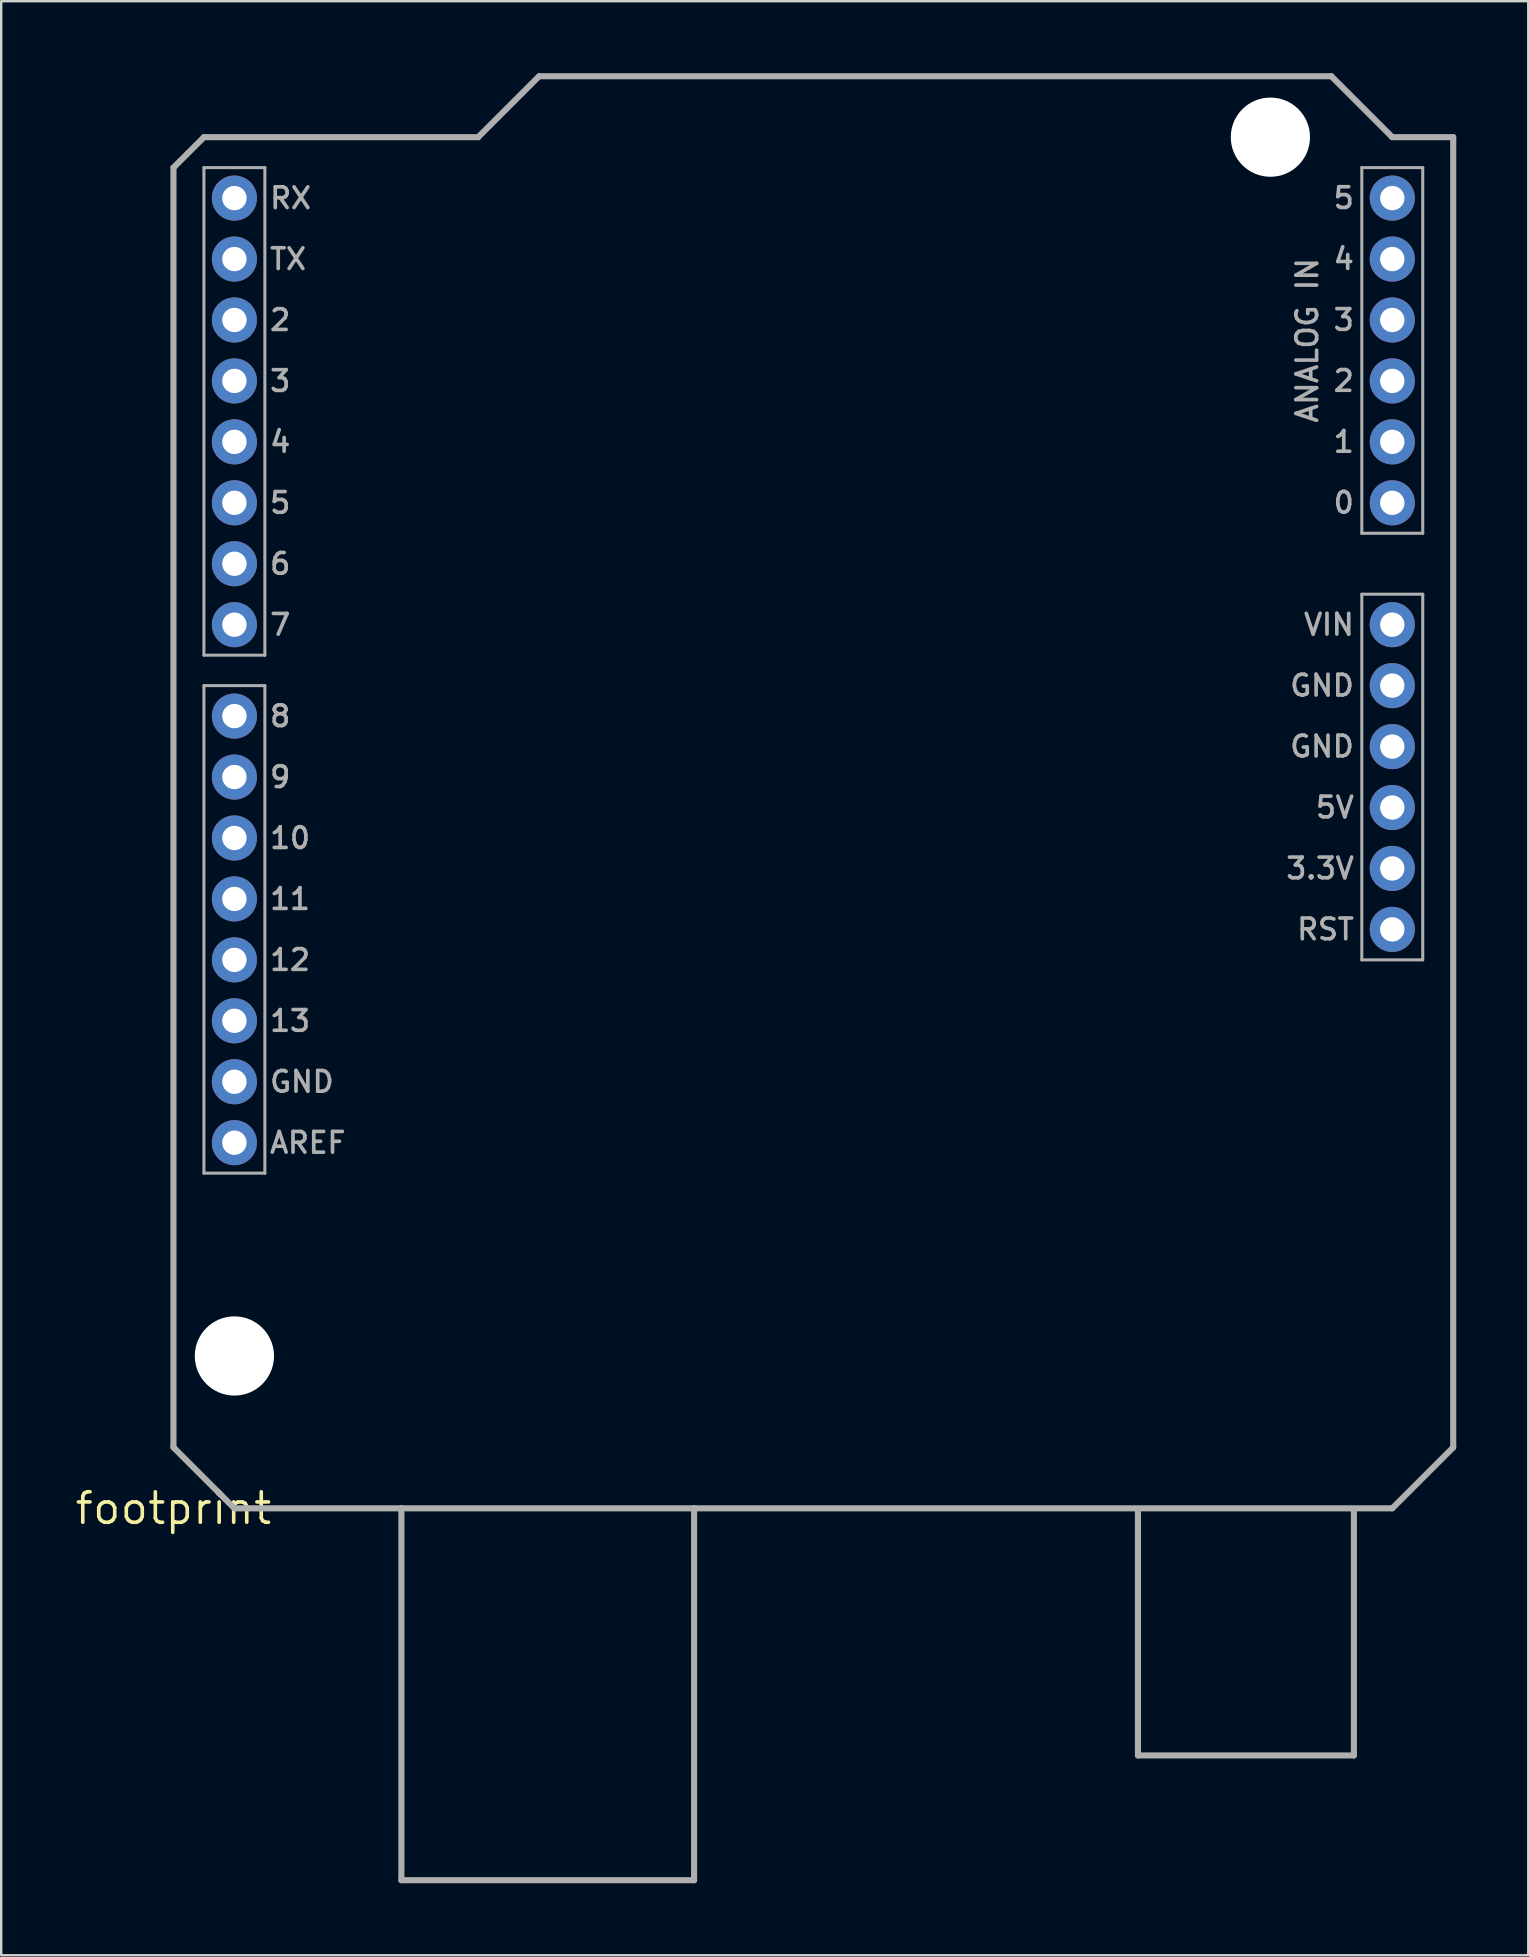
<source format=kicad_pcb>
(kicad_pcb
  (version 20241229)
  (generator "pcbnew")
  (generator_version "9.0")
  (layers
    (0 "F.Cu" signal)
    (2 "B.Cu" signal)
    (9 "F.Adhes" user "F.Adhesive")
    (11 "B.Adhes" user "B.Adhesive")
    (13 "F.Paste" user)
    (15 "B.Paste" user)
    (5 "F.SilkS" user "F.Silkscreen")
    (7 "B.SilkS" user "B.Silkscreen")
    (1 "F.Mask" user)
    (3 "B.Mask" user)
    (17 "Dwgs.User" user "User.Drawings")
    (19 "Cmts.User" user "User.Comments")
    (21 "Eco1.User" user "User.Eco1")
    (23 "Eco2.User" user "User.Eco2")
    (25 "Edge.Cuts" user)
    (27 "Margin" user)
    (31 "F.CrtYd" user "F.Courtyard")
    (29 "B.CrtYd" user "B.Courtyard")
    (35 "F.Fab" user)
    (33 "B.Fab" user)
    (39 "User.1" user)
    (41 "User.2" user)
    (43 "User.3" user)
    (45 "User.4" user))
  (footprint "footprint"
    (layer "F.Cu")
    (at 4.18 59.817)
    (property "Reference" "footprint" (at 0 0 0) (layer "F.SilkS") (effects (font (size 1.27 1.27) (thickness 0.15))))
    (fp_line (start 0 -55.88) (end 0 -2.54) (stroke (width 0.254) (type solid)) (layer "F.Fab"))
    (fp_line (start 0 -2.54) (end 2.54 0) (stroke (width 0.254) (type solid)) (layer "F.Fab"))
    (fp_line (start 1.27 -57.15) (end 0 -55.88) (stroke (width 0.254) (type solid)) (layer "F.Fab"))
    (fp_line (start 1.27 -55.88) (end 3.81 -55.88) (stroke (width 0.127) (type solid)) (layer "F.Fab"))
    (fp_line (start 1.27 -35.56) (end 1.27 -55.88) (stroke (width 0.127) (type solid)) (layer "F.Fab"))
    (fp_line (start 1.27 -34.29) (end 3.81 -34.29) (stroke (width 0.127) (type solid)) (layer "F.Fab"))
    (fp_line (start 1.27 -13.97) (end 1.27 -34.29) (stroke (width 0.127) (type solid)) (layer "F.Fab"))
    (fp_line (start 2.54 0) (end 9.5 0) (stroke (width 0.254) (type solid)) (layer "F.Fab"))
    (fp_line (start 3.81 -55.88) (end 3.81 -35.56) (stroke (width 0.127) (type solid)) (layer "F.Fab"))
    (fp_line (start 3.81 -35.56) (end 1.27 -35.56) (stroke (width 0.127) (type solid)) (layer "F.Fab"))
    (fp_line (start 3.81 -34.29) (end 3.81 -13.97) (stroke (width 0.127) (type solid)) (layer "F.Fab"))
    (fp_line (start 3.81 -13.97) (end 1.27 -13.97) (stroke (width 0.127) (type solid)) (layer "F.Fab"))
    (fp_line (start 9.5 0) (end 21.7 0) (stroke (width 0.254) (type solid)) (layer "F.Fab"))
    (fp_line (start 9.5 15.5) (end 9.5 0) (stroke (width 0.254) (type solid)) (layer "F.Fab"))
    (fp_line (start 9.5 15.5) (end 21.7 15.5) (stroke (width 0.254) (type solid)) (layer "F.Fab"))
    (fp_line (start 12.7 -57.15) (end 1.27 -57.15) (stroke (width 0.254) (type solid)) (layer "F.Fab"))
    (fp_line (start 15.24 -59.69) (end 12.7 -57.15) (stroke (width 0.254) (type solid)) (layer "F.Fab"))
    (fp_line (start 21.7 0) (end 50.8 0) (stroke (width 0.254) (type solid)) (layer "F.Fab"))
    (fp_line (start 21.7 15.5) (end 21.7 0) (stroke (width 0.254) (type solid)) (layer "F.Fab"))
    (fp_line (start 40.2 10.3) (end 40.2 0.1) (stroke (width 0.254) (type solid)) (layer "F.Fab"))
    (fp_line (start 40.2 10.3) (end 49.2 10.3) (stroke (width 0.254) (type solid)) (layer "F.Fab"))
    (fp_line (start 48.26 -59.69) (end 15.24 -59.69) (stroke (width 0.254) (type solid)) (layer "F.Fab"))
    (fp_line (start 49.2 10.3) (end 49.2 0.1) (stroke (width 0.254) (type solid)) (layer "F.Fab"))
    (fp_line (start 49.53 -55.88) (end 52.07 -55.88) (stroke (width 0.127) (type solid)) (layer "F.Fab"))
    (fp_line (start 49.53 -40.64) (end 49.53 -55.88) (stroke (width 0.127) (type solid)) (layer "F.Fab"))
    (fp_line (start 49.53 -38.1) (end 52.07 -38.1) (stroke (width 0.127) (type solid)) (layer "F.Fab"))
    (fp_line (start 49.53 -22.86) (end 49.53 -38.1) (stroke (width 0.127) (type solid)) (layer "F.Fab"))
    (fp_line (start 50.8 -57.15) (end 48.26 -59.69) (stroke (width 0.254) (type solid)) (layer "F.Fab"))
    (fp_line (start 50.8 0) (end 53.34 -2.54) (stroke (width 0.254) (type solid)) (layer "F.Fab"))
    (fp_line (start 52.07 -55.88) (end 52.07 -40.64) (stroke (width 0.127) (type solid)) (layer "F.Fab"))
    (fp_line (start 52.07 -40.64) (end 49.53 -40.64) (stroke (width 0.127) (type solid)) (layer "F.Fab"))
    (fp_line (start 52.07 -38.1) (end 52.07 -22.86) (stroke (width 0.127) (type solid)) (layer "F.Fab"))
    (fp_line (start 52.07 -22.86) (end 49.53 -22.86) (stroke (width 0.127) (type solid)) (layer "F.Fab"))
    (fp_line (start 53.34 -57.15) (end 50.8 -57.15) (stroke (width 0.254) (type solid)) (layer "F.Fab"))
    (fp_line (start 53.34 -2.54) (end 53.34 -57.15) (stroke (width 0.254) (type solid)) (layer "F.Fab"))
    (fp_text user "8" (at 3.937 -32.512 0) (layer "F.Fab") (effects (font (size 0.864 0.864) (thickness 0.152)) (justify left bottom)))
    (fp_text user "GND" (at 49.289 -32.258 0) (layer "F.Fab") (effects (font (size 0.864 0.864) (thickness 0.152)) (justify right top)))
    (fp_text user "5V" (at 49.289 -29.718 0) (layer "F.Fab") (effects (font (size 0.864 0.864) (thickness 0.152)) (justify right top)))
    (fp_text user "ANALOG IN" (at 46.749 -52.197 90) (layer "F.Fab") (effects (font (size 0.864 0.864) (thickness 0.152)) (justify right top)))
    (fp_text user "5" (at 3.937 -41.402 0) (layer "F.Fab") (effects (font (size 0.864 0.864) (thickness 0.152)) (justify left bottom)))
    (fp_text user "4" (at 49.289 -52.578 0) (layer "F.Fab") (effects (font (size 0.864 0.864) (thickness 0.152)) (justify right top)))
    (fp_text user "10" (at 3.937 -27.432 0) (layer "F.Fab") (effects (font (size 0.864 0.864) (thickness 0.152)) (justify left bottom)))
    (fp_text user "3" (at 49.289 -50.038 0) (layer "F.Fab") (effects (font (size 0.864 0.864) (thickness 0.152)) (justify right top)))
    (fp_text user "12" (at 3.937 -22.352 0) (layer "F.Fab") (effects (font (size 0.864 0.864) (thickness 0.152)) (justify left bottom)))
    (fp_text user "1" (at 49.289 -44.958 0) (layer "F.Fab") (effects (font (size 0.864 0.864) (thickness 0.152)) (justify right top)))
    (fp_text user "RX" (at 3.937 -54.102 0) (layer "F.Fab") (effects (font (size 0.864 0.864) (thickness 0.152)) (justify left bottom)))
    (fp_text user "0" (at 49.289 -42.418 0) (layer "F.Fab") (effects (font (size 0.864 0.864) (thickness 0.152)) (justify right top)))
    (fp_text user "2" (at 49.289 -47.498 0) (layer "F.Fab") (effects (font (size 0.864 0.864) (thickness 0.152)) (justify right top)))
    (fp_text user "3" (at 3.937 -46.482 0) (layer "F.Fab") (effects (font (size 0.864 0.864) (thickness 0.152)) (justify left bottom)))
    (fp_text user "RST" (at 49.289 -24.638 0) (layer "F.Fab") (effects (font (size 0.864 0.864) (thickness 0.152)) (justify right top)))
    (fp_text user "TX" (at 3.937 -51.562 0) (layer "F.Fab") (effects (font (size 0.864 0.864) (thickness 0.152)) (justify left bottom)))
    (fp_text user "AREF" (at 3.937 -14.732 0) (layer "F.Fab") (effects (font (size 0.864 0.864) (thickness 0.152)) (justify left bottom)))
    (fp_text user "2" (at 3.937 -49.022 0) (layer "F.Fab") (effects (font (size 0.864 0.864) (thickness 0.152)) (justify left bottom)))
    (fp_text user "GND" (at 3.937 -17.272 0) (layer "F.Fab") (effects (font (size 0.864 0.864) (thickness 0.152)) (justify left bottom)))
    (fp_text user "5" (at 49.289 -55.118 0) (layer "F.Fab") (effects (font (size 0.864 0.864) (thickness 0.152)) (justify right top)))
    (fp_text user "4" (at 3.937 -43.942 0) (layer "F.Fab") (effects (font (size 0.864 0.864) (thickness 0.152)) (justify left bottom)))
    (fp_text user "GND" (at 49.289 -34.798 0) (layer "F.Fab") (effects (font (size 0.864 0.864) (thickness 0.152)) (justify right top)))
    (fp_text user "13" (at 3.937 -19.812 0) (layer "F.Fab") (effects (font (size 0.864 0.864) (thickness 0.152)) (justify left bottom)))
    (fp_text user "3.3V" (at 49.289 -27.178 0) (layer "F.Fab") (effects (font (size 0.864 0.864) (thickness 0.152)) (justify right top)))
    (fp_text user "7" (at 3.937 -36.322 0) (layer "F.Fab") (effects (font (size 0.864 0.864) (thickness 0.152)) (justify left bottom)))
    (fp_text user "VIN" (at 49.289 -37.338 0) (layer "F.Fab") (effects (font (size 0.864 0.864) (thickness 0.152)) (justify right top)))
    (fp_text user "11" (at 3.937 -24.892 0) (layer "F.Fab") (effects (font (size 0.864 0.864) (thickness 0.152)) (justify left bottom)))
    (fp_text user "6" (at 3.937 -38.862 0) (layer "F.Fab") (effects (font (size 0.864 0.864) (thickness 0.152)) (justify left bottom)))
    (fp_text user "9" (at 3.937 -29.972 0) (layer "F.Fab") (effects (font (size 0.864 0.864) (thickness 0.152)) (justify left bottom)))
    (pad "" np_thru_hole circle (at 2.54 -6.35) (size 3.302 3.302) (drill 3.302) (layers "*.Cu" "*.Mask"))
    (pad "" np_thru_hole circle (at 45.72 -57.15) (size 3.302 3.302) (drill 3.302) (layers "*.Cu" "*.Mask"))
    (pad "3.3V" thru_hole circle (at 50.8 -26.67 90) (size 1.88 1.88) (drill 1.016) (layers "*.Cu" "*.Mask"))
    (pad "5V" thru_hole circle (at 50.8 -29.21 90) (size 1.88 1.88) (drill 1.016) (layers "*.Cu" "*.Mask"))
    (pad "A0" thru_hole circle (at 50.8 -41.91 90) (size 1.88 1.88) (drill 1.016) (layers "*.Cu" "*.Mask"))
    (pad "A1" thru_hole circle (at 50.8 -44.45 90) (size 1.88 1.88) (drill 1.016) (layers "*.Cu" "*.Mask"))
    (pad "A2" thru_hole circle (at 50.8 -46.99 90) (size 1.88 1.88) (drill 1.016) (layers "*.Cu" "*.Mask"))
    (pad "A3" thru_hole circle (at 50.8 -49.53 90) (size 1.88 1.88) (drill 1.016) (layers "*.Cu" "*.Mask"))
    (pad "A4" thru_hole circle (at 50.8 -52.07 90) (size 1.88 1.88) (drill 1.016) (layers "*.Cu" "*.Mask"))
    (pad "A5" thru_hole circle (at 50.8 -54.61 90) (size 1.88 1.88) (drill 1.016) (layers "*.Cu" "*.Mask"))
    (pad "AREF" thru_hole circle (at 2.54 -15.24 90) (size 1.88 1.88) (drill 1.016) (layers "*.Cu" "*.Mask"))
    (pad "D2" thru_hole circle (at 2.54 -49.53 90) (size 1.88 1.88) (drill 1.016) (layers "*.Cu" "*.Mask"))
    (pad "D3" thru_hole circle (at 2.54 -46.99 90) (size 1.88 1.88) (drill 1.016) (layers "*.Cu" "*.Mask"))
    (pad "D4" thru_hole circle (at 2.54 -44.45 90) (size 1.88 1.88) (drill 1.016) (layers "*.Cu" "*.Mask"))
    (pad "D5" thru_hole circle (at 2.54 -41.91 90) (size 1.88 1.88) (drill 1.016) (layers "*.Cu" "*.Mask"))
    (pad "D6" thru_hole circle (at 2.54 -39.37 90) (size 1.88 1.88) (drill 1.016) (layers "*.Cu" "*.Mask"))
    (pad "D7" thru_hole circle (at 2.54 -36.83 90) (size 1.88 1.88) (drill 1.016) (layers "*.Cu" "*.Mask"))
    (pad "D8" thru_hole circle (at 2.54 -33.02 90) (size 1.88 1.88) (drill 1.016) (layers "*.Cu" "*.Mask"))
    (pad "D9" thru_hole circle (at 2.54 -30.48 90) (size 1.88 1.88) (drill 1.016) (layers "*.Cu" "*.Mask"))
    (pad "D10" thru_hole circle (at 2.54 -27.94 90) (size 1.88 1.88) (drill 1.016) (layers "*.Cu" "*.Mask"))
    (pad "D11" thru_hole circle (at 2.54 -25.4 90) (size 1.88 1.88) (drill 1.016) (layers "*.Cu" "*.Mask"))
    (pad "D12" thru_hole circle (at 2.54 -22.86 90) (size 1.88 1.88) (drill 1.016) (layers "*.Cu" "*.Mask"))
    (pad "D13" thru_hole circle (at 2.54 -20.32 90) (size 1.88 1.88) (drill 1.016) (layers "*.Cu" "*.Mask"))
    (pad "GND@0" thru_hole circle (at 50.8 -31.75 90) (size 1.88 1.88) (drill 1.016) (layers "*.Cu" "*.Mask"))
    (pad "GND@1" thru_hole circle (at 50.8 -34.29 90) (size 1.88 1.88) (drill 1.016) (layers "*.Cu" "*.Mask"))
    (pad "GND@2" thru_hole circle (at 2.54 -17.78 90) (size 1.88 1.88) (drill 1.016) (layers "*.Cu" "*.Mask"))
    (pad "RES" thru_hole circle (at 50.8 -24.13 90) (size 1.88 1.88) (drill 1.016) (layers "*.Cu" "*.Mask"))
    (pad "RX" thru_hole circle (at 2.54 -54.61 90) (size 1.88 1.88) (drill 1.016) (layers "*.Cu" "*.Mask"))
    (pad "TX" thru_hole circle (at 2.54 -52.07 90) (size 1.88 1.88) (drill 1.016) (layers "*.Cu" "*.Mask"))
    (pad "VIN" thru_hole circle (at 50.8 -36.83 90) (size 1.88 1.88) (drill 1.016) (layers "*.Cu" "*.Mask"))
    (zone (net_name "") (layer "F.Cu") (hatch edge 0.508) (connect_pads) (min_thickness 0.254) (filled_areas_thickness no) (keepout (tracks not_allowed) (vias not_allowed) (pads not_allowed) (copperpour not_allowed) (footprints allowed)) (placement (enabled no)) (fill) (polygon (pts (xy 8.689 53.467) (xy 8.659 53.125) (xy 8.57 52.794) (xy 8.425 52.483) (xy 8.228 52.202) (xy 7.985 51.959) (xy 7.704 51.762) (xy 7.393 51.617) (xy 7.062 51.528) (xy 6.72 51.498) (xy 6.378 51.528) (xy 6.047 51.617) (xy 5.736 51.762) (xy 5.455 51.959) (xy 5.212 52.202) (xy 5.015 52.483) (xy 4.87 52.794) (xy 4.782 53.125) (xy 4.752 53.467) (xy 4.782 53.809) (xy 4.87 54.14) (xy 5.015 54.451) (xy 5.212 54.732) (xy 5.455 54.975) (xy 5.736 55.172) (xy 6.047 55.317) (xy 6.378 55.406) (xy 6.72 55.435) (xy 7.062 55.406) (xy 7.393 55.317) (xy 7.704 55.172) (xy 7.985 54.975) (xy 8.228 54.732) (xy 8.425 54.451) (xy 8.57 54.14) (xy 8.659 53.809))) (polygon (pts (xy 8.562 53.467) (xy 8.534 53.147) (xy 8.451 52.837) (xy 8.315 52.546) (xy 8.131 52.283) (xy 7.904 52.056) (xy 7.641 51.872) (xy 7.35 51.737) (xy 7.04 51.653) (xy 6.72 51.626) (xy 6.4 51.653) (xy 6.09 51.737) (xy 5.799 51.872) (xy 5.536 52.056) (xy 5.309 52.283) (xy 5.125 52.546) (xy 4.99 52.837) (xy 4.907 53.147) (xy 4.879 53.467) (xy 4.907 53.787) (xy 4.99 54.097) (xy 5.125 54.388) (xy 5.309 54.651) (xy 5.536 54.878) (xy 5.799 55.062) (xy 6.09 55.197) (xy 6.4 55.281) (xy 6.72 55.309) (xy 7.04 55.281) (xy 7.35 55.197) (xy 7.641 55.062) (xy 7.904 54.878) (xy 8.131 54.651) (xy 8.315 54.388) (xy 8.451 54.097) (xy 8.534 53.787))))
    (zone (net_name "") (layer "F.Cu") (hatch edge 0.508) (connect_pads) (min_thickness 0.254) (filled_areas_thickness no) (keepout (tracks not_allowed) (vias not_allowed) (pads not_allowed) (copperpour not_allowed) (footprints allowed)) (placement (enabled no)) (fill) (polygon (pts (xy 51.869 2.667) (xy 51.839 2.325) (xy 51.75 1.994) (xy 51.605 1.683) (xy 51.408 1.402) (xy 51.165 1.159) (xy 50.884 0.962) (xy 50.573 0.817) (xy 50.242 0.728) (xy 49.9 0.699) (xy 49.558 0.728) (xy 49.227 0.817) (xy 48.916 0.962) (xy 48.635 1.159) (xy 48.392 1.402) (xy 48.195 1.683) (xy 48.05 1.994) (xy 47.962 2.325) (xy 47.932 2.667) (xy 47.962 3.009) (xy 48.05 3.34) (xy 48.195 3.651) (xy 48.392 3.932) (xy 48.635 4.175) (xy 48.916 4.372) (xy 49.227 4.517) (xy 49.558 4.606) (xy 49.9 4.636) (xy 50.242 4.606) (xy 50.573 4.517) (xy 50.884 4.372) (xy 51.165 4.175) (xy 51.408 3.932) (xy 51.605 3.651) (xy 51.75 3.34) (xy 51.839 3.009))) (polygon (pts (xy 51.742 2.667) (xy 51.714 2.347) (xy 51.631 2.037) (xy 51.495 1.746) (xy 51.311 1.483) (xy 51.084 1.256) (xy 50.821 1.072) (xy 50.53 0.937) (xy 50.22 0.853) (xy 49.9 0.826) (xy 49.58 0.853) (xy 49.27 0.937) (xy 48.979 1.072) (xy 48.716 1.256) (xy 48.489 1.483) (xy 48.305 1.746) (xy 48.17 2.037) (xy 48.087 2.347) (xy 48.059 2.667) (xy 48.087 2.987) (xy 48.17 3.297) (xy 48.305 3.588) (xy 48.489 3.851) (xy 48.716 4.078) (xy 48.979 4.262) (xy 49.27 4.397) (xy 49.58 4.481) (xy 49.9 4.508) (xy 50.22 4.481) (xy 50.53 4.397) (xy 50.821 4.262) (xy 51.084 4.078) (xy 51.311 3.851) (xy 51.495 3.588) (xy 51.631 3.297) (xy 51.714 2.987))))
    (zone (net_name "") (layer "B.Cu") (hatch edge 0.508) (connect_pads) (min_thickness 0.254) (filled_areas_thickness no) (keepout (tracks not_allowed) (vias not_allowed) (pads not_allowed) (copperpour not_allowed) (footprints allowed)) (placement (enabled no)) (fill) (polygon (pts (xy 8.689 53.467) (xy 8.659 53.125) (xy 8.57 52.794) (xy 8.425 52.483) (xy 8.228 52.202) (xy 7.985 51.959) (xy 7.704 51.762) (xy 7.393 51.617) (xy 7.062 51.528) (xy 6.72 51.498) (xy 6.378 51.528) (xy 6.047 51.617) (xy 5.736 51.762) (xy 5.455 51.959) (xy 5.212 52.202) (xy 5.015 52.483) (xy 4.87 52.794) (xy 4.782 53.125) (xy 4.752 53.467) (xy 4.782 53.809) (xy 4.87 54.14) (xy 5.015 54.451) (xy 5.212 54.732) (xy 5.455 54.975) (xy 5.736 55.172) (xy 6.047 55.317) (xy 6.378 55.406) (xy 6.72 55.435) (xy 7.062 55.406) (xy 7.393 55.317) (xy 7.704 55.172) (xy 7.985 54.975) (xy 8.228 54.732) (xy 8.425 54.451) (xy 8.57 54.14) (xy 8.659 53.809))) (polygon (pts (xy 8.562 53.467) (xy 8.534 53.147) (xy 8.451 52.837) (xy 8.315 52.546) (xy 8.131 52.283) (xy 7.904 52.056) (xy 7.641 51.872) (xy 7.35 51.737) (xy 7.04 51.653) (xy 6.72 51.626) (xy 6.4 51.653) (xy 6.09 51.737) (xy 5.799 51.872) (xy 5.536 52.056) (xy 5.309 52.283) (xy 5.125 52.546) (xy 4.99 52.837) (xy 4.907 53.147) (xy 4.879 53.467) (xy 4.907 53.787) (xy 4.99 54.097) (xy 5.125 54.388) (xy 5.309 54.651) (xy 5.536 54.878) (xy 5.799 55.062) (xy 6.09 55.197) (xy 6.4 55.281) (xy 6.72 55.309) (xy 7.04 55.281) (xy 7.35 55.197) (xy 7.641 55.062) (xy 7.904 54.878) (xy 8.131 54.651) (xy 8.315 54.388) (xy 8.451 54.097) (xy 8.534 53.787))))
    (zone (net_name "") (layer "B.Cu") (hatch edge 0.508) (connect_pads) (min_thickness 0.254) (filled_areas_thickness no) (keepout (tracks not_allowed) (vias not_allowed) (pads not_allowed) (copperpour not_allowed) (footprints allowed)) (placement (enabled no)) (fill) (polygon (pts (xy 51.869 2.667) (xy 51.839 2.325) (xy 51.75 1.994) (xy 51.605 1.683) (xy 51.408 1.402) (xy 51.165 1.159) (xy 50.884 0.962) (xy 50.573 0.817) (xy 50.242 0.728) (xy 49.9 0.699) (xy 49.558 0.728) (xy 49.227 0.817) (xy 48.916 0.962) (xy 48.635 1.159) (xy 48.392 1.402) (xy 48.195 1.683) (xy 48.05 1.994) (xy 47.962 2.325) (xy 47.932 2.667) (xy 47.962 3.009) (xy 48.05 3.34) (xy 48.195 3.651) (xy 48.392 3.932) (xy 48.635 4.175) (xy 48.916 4.372) (xy 49.227 4.517) (xy 49.558 4.606) (xy 49.9 4.636) (xy 50.242 4.606) (xy 50.573 4.517) (xy 50.884 4.372) (xy 51.165 4.175) (xy 51.408 3.932) (xy 51.605 3.651) (xy 51.75 3.34) (xy 51.839 3.009))) (polygon (pts (xy 51.742 2.667) (xy 51.714 2.347) (xy 51.631 2.037) (xy 51.495 1.746) (xy 51.311 1.483) (xy 51.084 1.256) (xy 50.821 1.072) (xy 50.53 0.937) (xy 50.22 0.853) (xy 49.9 0.826) (xy 49.58 0.853) (xy 49.27 0.937) (xy 48.979 1.072) (xy 48.716 1.256) (xy 48.489 1.483) (xy 48.305 1.746) (xy 48.17 2.037) (xy 48.087 2.347) (xy 48.059 2.667) (xy 48.087 2.987) (xy 48.17 3.297) (xy 48.305 3.588) (xy 48.489 3.851) (xy 48.716 4.078) (xy 48.979 4.262) (xy 49.27 4.397) (xy 49.58 4.481) (xy 49.9 4.508) (xy 50.22 4.481) (xy 50.53 4.397) (xy 50.821 4.262) (xy 51.084 4.078) (xy 51.311 3.851) (xy 51.495 3.588) (xy 51.631 3.297) (xy 51.714 2.987)))))
  (gr_rect
    (start -3 -3)
    (end 60.647 78.444)
    (stroke (width 0.1) (type default))
    (fill no)
    (layer "Edge.Cuts")))
</source>
